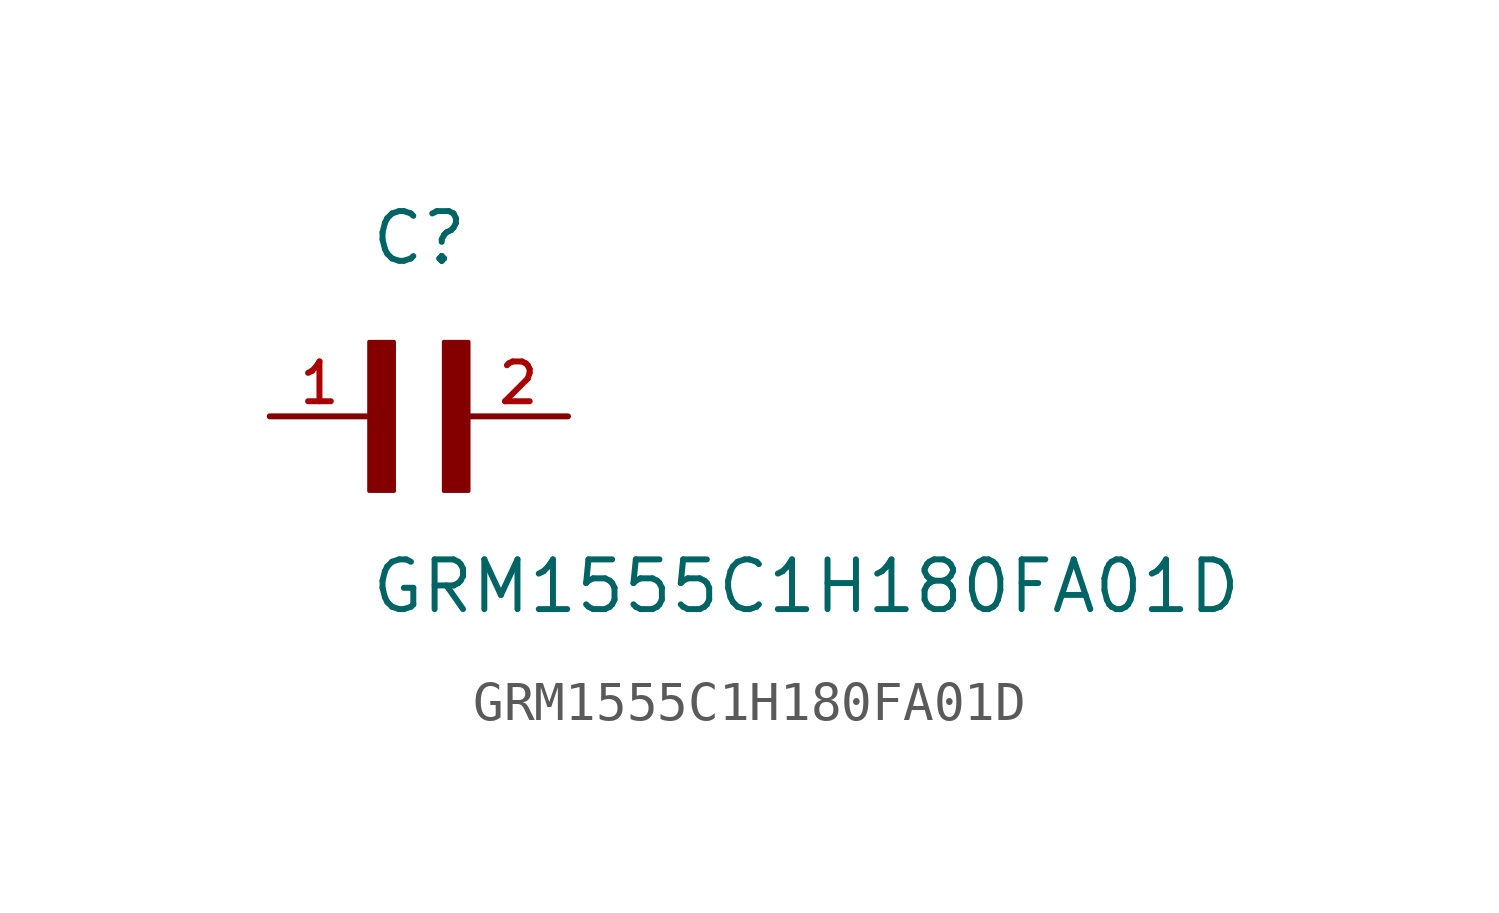
<source format=kicad_sym>
(kicad_symbol_lib
  (version 20211014)
  (generator kicad_symbol_editor)
  (symbol "GRM1555C1H180FA01D"
    (pin_names
      (offset 1.016))
    (property "Reference" "C"
      (at 0.0 3.811 0)
      (effects (font (size 1.27 1.27)) (justify bottom left)))
    (property "Value" "GRM1555C1H180FA01D"
      (at 0.0 -5.088 0)
      (effects (font (size 1.27 1.27)) (justify bottom left)))
    (symbol "GRM1555C1H180FA01D_0_0"
      (rectangle (start 0.0 -1.907) (end 0.635 1.905) (stroke (width 0.1)) (fill (type outline)))
      (rectangle (start 1.907 -1.907) (end 2.54 1.905) (stroke (width 0.1)) (fill (type outline)))
      (pin passive line (at 5.08 0.0 180.0) (length 2.54) (name "~" (effects (font (size 1.016 1.016)))) (number "2" (effects (font (size 1.016 1.016)))))
      (pin passive line (at -2.54 0.0 0) (length 2.54) (name "~" (effects (font (size 1.016 1.016)))) (number "1" (effects (font (size 1.016 1.016))))))))
</source>
